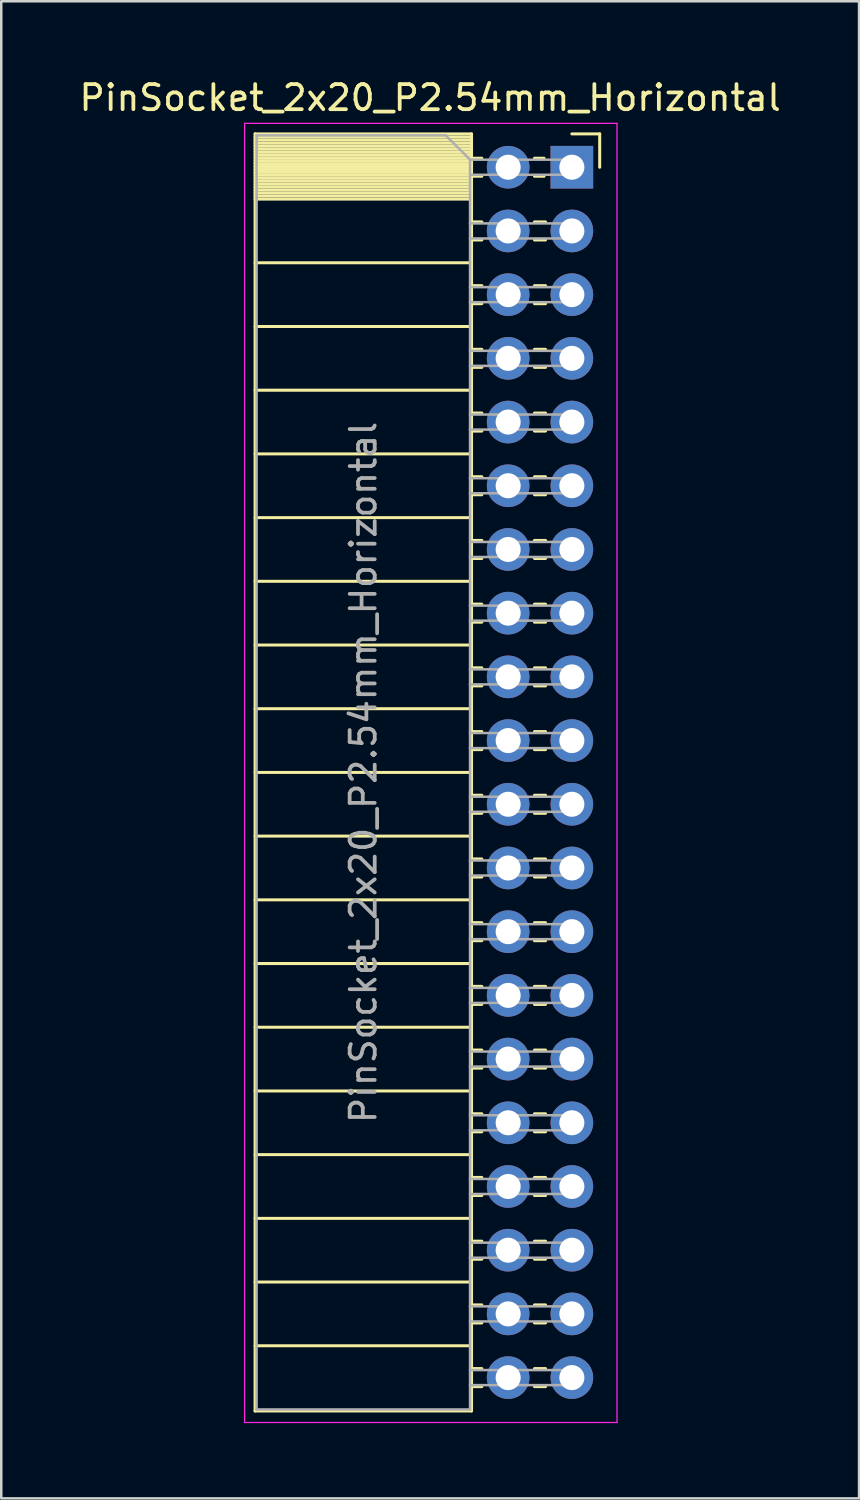
<source format=kicad_pcb>
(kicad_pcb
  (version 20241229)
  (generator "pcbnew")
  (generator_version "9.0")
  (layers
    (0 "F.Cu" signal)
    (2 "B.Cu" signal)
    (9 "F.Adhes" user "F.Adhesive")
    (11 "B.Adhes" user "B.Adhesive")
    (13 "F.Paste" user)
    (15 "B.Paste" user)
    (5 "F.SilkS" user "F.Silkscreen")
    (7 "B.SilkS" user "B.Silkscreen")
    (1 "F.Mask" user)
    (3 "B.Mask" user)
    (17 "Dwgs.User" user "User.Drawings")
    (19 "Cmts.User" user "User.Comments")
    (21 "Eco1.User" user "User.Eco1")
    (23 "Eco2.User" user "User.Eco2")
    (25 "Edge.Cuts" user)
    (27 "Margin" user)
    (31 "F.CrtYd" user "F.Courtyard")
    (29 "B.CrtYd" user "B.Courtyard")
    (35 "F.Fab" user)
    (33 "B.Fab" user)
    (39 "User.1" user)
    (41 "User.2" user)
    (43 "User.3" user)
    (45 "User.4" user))
  (footprint "PinSocket_2x20_P2.54mm_Horizontal"
    (layer "F.Cu")
    (at 19.751 3.618)
    (property "Reference" "PinSocket_2x20_P2.54mm_Horizontal" (at -5.65 -2.77 0) (layer "F.SilkS") (effects (font (size 1 1) (thickness 0.15))))
    (attr through_hole)
    (fp_line (start -12.63 -1.33) (end -12.63 49.59) (stroke (width 0.12) (type solid)) (layer "F.SilkS"))
    (fp_line (start -12.63 -1.33) (end -4 -1.33) (stroke (width 0.12) (type solid)) (layer "F.SilkS"))
    (fp_line (start -12.63 -1.21) (end -4 -1.21) (stroke (width 0.12) (type solid)) (layer "F.SilkS"))
    (fp_line (start -12.63 -1.092) (end -4 -1.092) (stroke (width 0.12) (type solid)) (layer "F.SilkS"))
    (fp_line (start -12.63 -0.974) (end -4 -0.974) (stroke (width 0.12) (type solid)) (layer "F.SilkS"))
    (fp_line (start -12.63 -0.856) (end -4 -0.856) (stroke (width 0.12) (type solid)) (layer "F.SilkS"))
    (fp_line (start -12.63 -0.738) (end -4 -0.738) (stroke (width 0.12) (type solid)) (layer "F.SilkS"))
    (fp_line (start -12.63 -0.62) (end -4 -0.62) (stroke (width 0.12) (type solid)) (layer "F.SilkS"))
    (fp_line (start -12.63 -0.501) (end -4 -0.501) (stroke (width 0.12) (type solid)) (layer "F.SilkS"))
    (fp_line (start -12.63 -0.383) (end -4 -0.383) (stroke (width 0.12) (type solid)) (layer "F.SilkS"))
    (fp_line (start -12.63 -0.265) (end -4 -0.265) (stroke (width 0.12) (type solid)) (layer "F.SilkS"))
    (fp_line (start -12.63 -0.147) (end -4 -0.147) (stroke (width 0.12) (type solid)) (layer "F.SilkS"))
    (fp_line (start -12.63 -0.029) (end -4 -0.029) (stroke (width 0.12) (type solid)) (layer "F.SilkS"))
    (fp_line (start -12.63 0.089) (end -4 0.089) (stroke (width 0.12) (type solid)) (layer "F.SilkS"))
    (fp_line (start -12.63 0.207) (end -4 0.207) (stroke (width 0.12) (type solid)) (layer "F.SilkS"))
    (fp_line (start -12.63 0.325) (end -4 0.325) (stroke (width 0.12) (type solid)) (layer "F.SilkS"))
    (fp_line (start -12.63 0.443) (end -4 0.443) (stroke (width 0.12) (type solid)) (layer "F.SilkS"))
    (fp_line (start -12.63 0.561) (end -4 0.561) (stroke (width 0.12) (type solid)) (layer "F.SilkS"))
    (fp_line (start -12.63 0.68) (end -4 0.68) (stroke (width 0.12) (type solid)) (layer "F.SilkS"))
    (fp_line (start -12.63 0.798) (end -4 0.798) (stroke (width 0.12) (type solid)) (layer "F.SilkS"))
    (fp_line (start -12.63 0.916) (end -4 0.916) (stroke (width 0.12) (type solid)) (layer "F.SilkS"))
    (fp_line (start -12.63 1.034) (end -4 1.034) (stroke (width 0.12) (type solid)) (layer "F.SilkS"))
    (fp_line (start -12.63 1.152) (end -4 1.152) (stroke (width 0.12) (type solid)) (layer "F.SilkS"))
    (fp_line (start -12.63 1.27) (end -4 1.27) (stroke (width 0.12) (type solid)) (layer "F.SilkS"))
    (fp_line (start -12.63 3.81) (end -4 3.81) (stroke (width 0.12) (type solid)) (layer "F.SilkS"))
    (fp_line (start -12.63 6.35) (end -4 6.35) (stroke (width 0.12) (type solid)) (layer "F.SilkS"))
    (fp_line (start -12.63 8.89) (end -4 8.89) (stroke (width 0.12) (type solid)) (layer "F.SilkS"))
    (fp_line (start -12.63 11.43) (end -4 11.43) (stroke (width 0.12) (type solid)) (layer "F.SilkS"))
    (fp_line (start -12.63 13.97) (end -4 13.97) (stroke (width 0.12) (type solid)) (layer "F.SilkS"))
    (fp_line (start -12.63 16.51) (end -4 16.51) (stroke (width 0.12) (type solid)) (layer "F.SilkS"))
    (fp_line (start -12.63 19.05) (end -4 19.05) (stroke (width 0.12) (type solid)) (layer "F.SilkS"))
    (fp_line (start -12.63 21.59) (end -4 21.59) (stroke (width 0.12) (type solid)) (layer "F.SilkS"))
    (fp_line (start -12.63 24.13) (end -4 24.13) (stroke (width 0.12) (type solid)) (layer "F.SilkS"))
    (fp_line (start -12.63 26.67) (end -4 26.67) (stroke (width 0.12) (type solid)) (layer "F.SilkS"))
    (fp_line (start -12.63 29.21) (end -4 29.21) (stroke (width 0.12) (type solid)) (layer "F.SilkS"))
    (fp_line (start -12.63 31.75) (end -4 31.75) (stroke (width 0.12) (type solid)) (layer "F.SilkS"))
    (fp_line (start -12.63 34.29) (end -4 34.29) (stroke (width 0.12) (type solid)) (layer "F.SilkS"))
    (fp_line (start -12.63 36.83) (end -4 36.83) (stroke (width 0.12) (type solid)) (layer "F.SilkS"))
    (fp_line (start -12.63 39.37) (end -4 39.37) (stroke (width 0.12) (type solid)) (layer "F.SilkS"))
    (fp_line (start -12.63 41.91) (end -4 41.91) (stroke (width 0.12) (type solid)) (layer "F.SilkS"))
    (fp_line (start -12.63 44.45) (end -4 44.45) (stroke (width 0.12) (type solid)) (layer "F.SilkS"))
    (fp_line (start -12.63 46.99) (end -4 46.99) (stroke (width 0.12) (type solid)) (layer "F.SilkS"))
    (fp_line (start -12.63 49.59) (end -4 49.59) (stroke (width 0.12) (type solid)) (layer "F.SilkS"))
    (fp_line (start -4 -1.33) (end -4 49.59) (stroke (width 0.12) (type solid)) (layer "F.SilkS"))
    (fp_line (start -4 -0.36) (end -3.59 -0.36) (stroke (width 0.12) (type solid)) (layer "F.SilkS"))
    (fp_line (start -4 0.36) (end -3.59 0.36) (stroke (width 0.12) (type solid)) (layer "F.SilkS"))
    (fp_line (start -4 2.18) (end -3.59 2.18) (stroke (width 0.12) (type solid)) (layer "F.SilkS"))
    (fp_line (start -4 2.9) (end -3.59 2.9) (stroke (width 0.12) (type solid)) (layer "F.SilkS"))
    (fp_line (start -4 4.72) (end -3.59 4.72) (stroke (width 0.12) (type solid)) (layer "F.SilkS"))
    (fp_line (start -4 5.44) (end -3.59 5.44) (stroke (width 0.12) (type solid)) (layer "F.SilkS"))
    (fp_line (start -4 7.26) (end -3.59 7.26) (stroke (width 0.12) (type solid)) (layer "F.SilkS"))
    (fp_line (start -4 7.98) (end -3.59 7.98) (stroke (width 0.12) (type solid)) (layer "F.SilkS"))
    (fp_line (start -4 9.8) (end -3.59 9.8) (stroke (width 0.12) (type solid)) (layer "F.SilkS"))
    (fp_line (start -4 10.52) (end -3.59 10.52) (stroke (width 0.12) (type solid)) (layer "F.SilkS"))
    (fp_line (start -4 12.34) (end -3.59 12.34) (stroke (width 0.12) (type solid)) (layer "F.SilkS"))
    (fp_line (start -4 13.06) (end -3.59 13.06) (stroke (width 0.12) (type solid)) (layer "F.SilkS"))
    (fp_line (start -4 14.88) (end -3.59 14.88) (stroke (width 0.12) (type solid)) (layer "F.SilkS"))
    (fp_line (start -4 15.6) (end -3.59 15.6) (stroke (width 0.12) (type solid)) (layer "F.SilkS"))
    (fp_line (start -4 17.42) (end -3.59 17.42) (stroke (width 0.12) (type solid)) (layer "F.SilkS"))
    (fp_line (start -4 18.14) (end -3.59 18.14) (stroke (width 0.12) (type solid)) (layer "F.SilkS"))
    (fp_line (start -4 19.96) (end -3.59 19.96) (stroke (width 0.12) (type solid)) (layer "F.SilkS"))
    (fp_line (start -4 20.68) (end -3.59 20.68) (stroke (width 0.12) (type solid)) (layer "F.SilkS"))
    (fp_line (start -4 22.5) (end -3.59 22.5) (stroke (width 0.12) (type solid)) (layer "F.SilkS"))
    (fp_line (start -4 23.22) (end -3.59 23.22) (stroke (width 0.12) (type solid)) (layer "F.SilkS"))
    (fp_line (start -4 25.04) (end -3.59 25.04) (stroke (width 0.12) (type solid)) (layer "F.SilkS"))
    (fp_line (start -4 25.76) (end -3.59 25.76) (stroke (width 0.12) (type solid)) (layer "F.SilkS"))
    (fp_line (start -4 27.58) (end -3.59 27.58) (stroke (width 0.12) (type solid)) (layer "F.SilkS"))
    (fp_line (start -4 28.3) (end -3.59 28.3) (stroke (width 0.12) (type solid)) (layer "F.SilkS"))
    (fp_line (start -4 30.12) (end -3.59 30.12) (stroke (width 0.12) (type solid)) (layer "F.SilkS"))
    (fp_line (start -4 30.84) (end -3.59 30.84) (stroke (width 0.12) (type solid)) (layer "F.SilkS"))
    (fp_line (start -4 32.66) (end -3.59 32.66) (stroke (width 0.12) (type solid)) (layer "F.SilkS"))
    (fp_line (start -4 33.38) (end -3.59 33.38) (stroke (width 0.12) (type solid)) (layer "F.SilkS"))
    (fp_line (start -4 35.2) (end -3.59 35.2) (stroke (width 0.12) (type solid)) (layer "F.SilkS"))
    (fp_line (start -4 35.92) (end -3.59 35.92) (stroke (width 0.12) (type solid)) (layer "F.SilkS"))
    (fp_line (start -4 37.74) (end -3.59 37.74) (stroke (width 0.12) (type solid)) (layer "F.SilkS"))
    (fp_line (start -4 38.46) (end -3.59 38.46) (stroke (width 0.12) (type solid)) (layer "F.SilkS"))
    (fp_line (start -4 40.28) (end -3.59 40.28) (stroke (width 0.12) (type solid)) (layer "F.SilkS"))
    (fp_line (start -4 41) (end -3.59 41) (stroke (width 0.12) (type solid)) (layer "F.SilkS"))
    (fp_line (start -4 42.82) (end -3.59 42.82) (stroke (width 0.12) (type solid)) (layer "F.SilkS"))
    (fp_line (start -4 43.54) (end -3.59 43.54) (stroke (width 0.12) (type solid)) (layer "F.SilkS"))
    (fp_line (start -4 45.36) (end -3.59 45.36) (stroke (width 0.12) (type solid)) (layer "F.SilkS"))
    (fp_line (start -4 46.08) (end -3.59 46.08) (stroke (width 0.12) (type solid)) (layer "F.SilkS"))
    (fp_line (start -4 47.9) (end -3.59 47.9) (stroke (width 0.12) (type solid)) (layer "F.SilkS"))
    (fp_line (start -4 48.62) (end -3.59 48.62) (stroke (width 0.12) (type solid)) (layer "F.SilkS"))
    (fp_line (start -1.49 -0.36) (end -1.11 -0.36) (stroke (width 0.12) (type solid)) (layer "F.SilkS"))
    (fp_line (start -1.49 0.36) (end -1.11 0.36) (stroke (width 0.12) (type solid)) (layer "F.SilkS"))
    (fp_line (start -1.49 2.18) (end -1.05 2.18) (stroke (width 0.12) (type solid)) (layer "F.SilkS"))
    (fp_line (start -1.49 2.9) (end -1.05 2.9) (stroke (width 0.12) (type solid)) (layer "F.SilkS"))
    (fp_line (start -1.49 4.72) (end -1.05 4.72) (stroke (width 0.12) (type solid)) (layer "F.SilkS"))
    (fp_line (start -1.49 5.44) (end -1.05 5.44) (stroke (width 0.12) (type solid)) (layer "F.SilkS"))
    (fp_line (start -1.49 7.26) (end -1.05 7.26) (stroke (width 0.12) (type solid)) (layer "F.SilkS"))
    (fp_line (start -1.49 7.98) (end -1.05 7.98) (stroke (width 0.12) (type solid)) (layer "F.SilkS"))
    (fp_line (start -1.49 9.8) (end -1.05 9.8) (stroke (width 0.12) (type solid)) (layer "F.SilkS"))
    (fp_line (start -1.49 10.52) (end -1.05 10.52) (stroke (width 0.12) (type solid)) (layer "F.SilkS"))
    (fp_line (start -1.49 12.34) (end -1.05 12.34) (stroke (width 0.12) (type solid)) (layer "F.SilkS"))
    (fp_line (start -1.49 13.06) (end -1.05 13.06) (stroke (width 0.12) (type solid)) (layer "F.SilkS"))
    (fp_line (start -1.49 14.88) (end -1.05 14.88) (stroke (width 0.12) (type solid)) (layer "F.SilkS"))
    (fp_line (start -1.49 15.6) (end -1.05 15.6) (stroke (width 0.12) (type solid)) (layer "F.SilkS"))
    (fp_line (start -1.49 17.42) (end -1.05 17.42) (stroke (width 0.12) (type solid)) (layer "F.SilkS"))
    (fp_line (start -1.49 18.14) (end -1.05 18.14) (stroke (width 0.12) (type solid)) (layer "F.SilkS"))
    (fp_line (start -1.49 19.96) (end -1.05 19.96) (stroke (width 0.12) (type solid)) (layer "F.SilkS"))
    (fp_line (start -1.49 20.68) (end -1.05 20.68) (stroke (width 0.12) (type solid)) (layer "F.SilkS"))
    (fp_line (start -1.49 22.5) (end -1.05 22.5) (stroke (width 0.12) (type solid)) (layer "F.SilkS"))
    (fp_line (start -1.49 23.22) (end -1.05 23.22) (stroke (width 0.12) (type solid)) (layer "F.SilkS"))
    (fp_line (start -1.49 25.04) (end -1.05 25.04) (stroke (width 0.12) (type solid)) (layer "F.SilkS"))
    (fp_line (start -1.49 25.76) (end -1.05 25.76) (stroke (width 0.12) (type solid)) (layer "F.SilkS"))
    (fp_line (start -1.49 27.58) (end -1.05 27.58) (stroke (width 0.12) (type solid)) (layer "F.SilkS"))
    (fp_line (start -1.49 28.3) (end -1.05 28.3) (stroke (width 0.12) (type solid)) (layer "F.SilkS"))
    (fp_line (start -1.49 30.12) (end -1.05 30.12) (stroke (width 0.12) (type solid)) (layer "F.SilkS"))
    (fp_line (start -1.49 30.84) (end -1.05 30.84) (stroke (width 0.12) (type solid)) (layer "F.SilkS"))
    (fp_line (start -1.49 32.66) (end -1.05 32.66) (stroke (width 0.12) (type solid)) (layer "F.SilkS"))
    (fp_line (start -1.49 33.38) (end -1.05 33.38) (stroke (width 0.12) (type solid)) (layer "F.SilkS"))
    (fp_line (start -1.49 35.2) (end -1.05 35.2) (stroke (width 0.12) (type solid)) (layer "F.SilkS"))
    (fp_line (start -1.49 35.92) (end -1.05 35.92) (stroke (width 0.12) (type solid)) (layer "F.SilkS"))
    (fp_line (start -1.49 37.74) (end -1.05 37.74) (stroke (width 0.12) (type solid)) (layer "F.SilkS"))
    (fp_line (start -1.49 38.46) (end -1.05 38.46) (stroke (width 0.12) (type solid)) (layer "F.SilkS"))
    (fp_line (start -1.49 40.28) (end -1.05 40.28) (stroke (width 0.12) (type solid)) (layer "F.SilkS"))
    (fp_line (start -1.49 41) (end -1.05 41) (stroke (width 0.12) (type solid)) (layer "F.SilkS"))
    (fp_line (start -1.49 42.82) (end -1.05 42.82) (stroke (width 0.12) (type solid)) (layer "F.SilkS"))
    (fp_line (start -1.49 43.54) (end -1.05 43.54) (stroke (width 0.12) (type solid)) (layer "F.SilkS"))
    (fp_line (start -1.49 45.36) (end -1.05 45.36) (stroke (width 0.12) (type solid)) (layer "F.SilkS"))
    (fp_line (start -1.49 46.08) (end -1.05 46.08) (stroke (width 0.12) (type solid)) (layer "F.SilkS"))
    (fp_line (start -1.49 47.9) (end -1.05 47.9) (stroke (width 0.12) (type solid)) (layer "F.SilkS"))
    (fp_line (start -1.49 48.62) (end -1.05 48.62) (stroke (width 0.12) (type solid)) (layer "F.SilkS"))
    (fp_line (start 0 -1.33) (end 1.11 -1.33) (stroke (width 0.12) (type solid)) (layer "F.SilkS"))
    (fp_line (start 1.11 -1.33) (end 1.11 0) (stroke (width 0.12) (type solid)) (layer "F.SilkS"))
    (fp_line (start -13.05 -1.75) (end -13.05 50.05) (stroke (width 0.05) (type solid)) (layer "F.CrtYd"))
    (fp_line (start -13.05 50.05) (end 1.8 50.05) (stroke (width 0.05) (type solid)) (layer "F.CrtYd"))
    (fp_line (start 1.8 -1.75) (end -13.05 -1.75) (stroke (width 0.05) (type solid)) (layer "F.CrtYd"))
    (fp_line (start 1.8 50.05) (end 1.8 -1.75) (stroke (width 0.05) (type solid)) (layer "F.CrtYd"))
    (fp_line (start -12.57 -1.27) (end -5.03 -1.27) (stroke (width 0.1) (type solid)) (layer "F.Fab"))
    (fp_line (start -12.57 49.53) (end -12.57 -1.27) (stroke (width 0.1) (type solid)) (layer "F.Fab"))
    (fp_line (start -5.03 -1.27) (end -4.06 -0.3) (stroke (width 0.1) (type solid)) (layer "F.Fab"))
    (fp_line (start -4.06 -0.3) (end -4.06 49.53) (stroke (width 0.1) (type solid)) (layer "F.Fab"))
    (fp_line (start -4.06 0.3) (end 0 0.3) (stroke (width 0.1) (type solid)) (layer "F.Fab"))
    (fp_line (start -4.06 2.84) (end 0 2.84) (stroke (width 0.1) (type solid)) (layer "F.Fab"))
    (fp_line (start -4.06 5.38) (end 0 5.38) (stroke (width 0.1) (type solid)) (layer "F.Fab"))
    (fp_line (start -4.06 7.92) (end 0 7.92) (stroke (width 0.1) (type solid)) (layer "F.Fab"))
    (fp_line (start -4.06 10.46) (end 0 10.46) (stroke (width 0.1) (type solid)) (layer "F.Fab"))
    (fp_line (start -4.06 13) (end 0 13) (stroke (width 0.1) (type solid)) (layer "F.Fab"))
    (fp_line (start -4.06 15.54) (end 0 15.54) (stroke (width 0.1) (type solid)) (layer "F.Fab"))
    (fp_line (start -4.06 18.08) (end 0 18.08) (stroke (width 0.1) (type solid)) (layer "F.Fab"))
    (fp_line (start -4.06 20.62) (end 0 20.62) (stroke (width 0.1) (type solid)) (layer "F.Fab"))
    (fp_line (start -4.06 23.16) (end 0 23.16) (stroke (width 0.1) (type solid)) (layer "F.Fab"))
    (fp_line (start -4.06 25.7) (end 0 25.7) (stroke (width 0.1) (type solid)) (layer "F.Fab"))
    (fp_line (start -4.06 28.24) (end 0 28.24) (stroke (width 0.1) (type solid)) (layer "F.Fab"))
    (fp_line (start -4.06 30.78) (end 0 30.78) (stroke (width 0.1) (type solid)) (layer "F.Fab"))
    (fp_line (start -4.06 33.32) (end 0 33.32) (stroke (width 0.1) (type solid)) (layer "F.Fab"))
    (fp_line (start -4.06 35.86) (end 0 35.86) (stroke (width 0.1) (type solid)) (layer "F.Fab"))
    (fp_line (start -4.06 38.4) (end 0 38.4) (stroke (width 0.1) (type solid)) (layer "F.Fab"))
    (fp_line (start -4.06 40.94) (end 0 40.94) (stroke (width 0.1) (type solid)) (layer "F.Fab"))
    (fp_line (start -4.06 43.48) (end 0 43.48) (stroke (width 0.1) (type solid)) (layer "F.Fab"))
    (fp_line (start -4.06 46.02) (end 0 46.02) (stroke (width 0.1) (type solid)) (layer "F.Fab"))
    (fp_line (start -4.06 48.56) (end 0 48.56) (stroke (width 0.1) (type solid)) (layer "F.Fab"))
    (fp_line (start -4.06 49.53) (end -12.57 49.53) (stroke (width 0.1) (type solid)) (layer "F.Fab"))
    (fp_line (start 0 -0.3) (end -4.06 -0.3) (stroke (width 0.1) (type solid)) (layer "F.Fab"))
    (fp_line (start 0 0.3) (end 0 -0.3) (stroke (width 0.1) (type solid)) (layer "F.Fab"))
    (fp_line (start 0 2.24) (end -4.06 2.24) (stroke (width 0.1) (type solid)) (layer "F.Fab"))
    (fp_line (start 0 2.84) (end 0 2.24) (stroke (width 0.1) (type solid)) (layer "F.Fab"))
    (fp_line (start 0 4.78) (end -4.06 4.78) (stroke (width 0.1) (type solid)) (layer "F.Fab"))
    (fp_line (start 0 5.38) (end 0 4.78) (stroke (width 0.1) (type solid)) (layer "F.Fab"))
    (fp_line (start 0 7.32) (end -4.06 7.32) (stroke (width 0.1) (type solid)) (layer "F.Fab"))
    (fp_line (start 0 7.92) (end 0 7.32) (stroke (width 0.1) (type solid)) (layer "F.Fab"))
    (fp_line (start 0 9.86) (end -4.06 9.86) (stroke (width 0.1) (type solid)) (layer "F.Fab"))
    (fp_line (start 0 10.46) (end 0 9.86) (stroke (width 0.1) (type solid)) (layer "F.Fab"))
    (fp_line (start 0 12.4) (end -4.06 12.4) (stroke (width 0.1) (type solid)) (layer "F.Fab"))
    (fp_line (start 0 13) (end 0 12.4) (stroke (width 0.1) (type solid)) (layer "F.Fab"))
    (fp_line (start 0 14.94) (end -4.06 14.94) (stroke (width 0.1) (type solid)) (layer "F.Fab"))
    (fp_line (start 0 15.54) (end 0 14.94) (stroke (width 0.1) (type solid)) (layer "F.Fab"))
    (fp_line (start 0 17.48) (end -4.06 17.48) (stroke (width 0.1) (type solid)) (layer "F.Fab"))
    (fp_line (start 0 18.08) (end 0 17.48) (stroke (width 0.1) (type solid)) (layer "F.Fab"))
    (fp_line (start 0 20.02) (end -4.06 20.02) (stroke (width 0.1) (type solid)) (layer "F.Fab"))
    (fp_line (start 0 20.62) (end 0 20.02) (stroke (width 0.1) (type solid)) (layer "F.Fab"))
    (fp_line (start 0 22.56) (end -4.06 22.56) (stroke (width 0.1) (type solid)) (layer "F.Fab"))
    (fp_line (start 0 23.16) (end 0 22.56) (stroke (width 0.1) (type solid)) (layer "F.Fab"))
    (fp_line (start 0 25.1) (end -4.06 25.1) (stroke (width 0.1) (type solid)) (layer "F.Fab"))
    (fp_line (start 0 25.7) (end 0 25.1) (stroke (width 0.1) (type solid)) (layer "F.Fab"))
    (fp_line (start 0 27.64) (end -4.06 27.64) (stroke (width 0.1) (type solid)) (layer "F.Fab"))
    (fp_line (start 0 28.24) (end 0 27.64) (stroke (width 0.1) (type solid)) (layer "F.Fab"))
    (fp_line (start 0 30.18) (end -4.06 30.18) (stroke (width 0.1) (type solid)) (layer "F.Fab"))
    (fp_line (start 0 30.78) (end 0 30.18) (stroke (width 0.1) (type solid)) (layer "F.Fab"))
    (fp_line (start 0 32.72) (end -4.06 32.72) (stroke (width 0.1) (type solid)) (layer "F.Fab"))
    (fp_line (start 0 33.32) (end 0 32.72) (stroke (width 0.1) (type solid)) (layer "F.Fab"))
    (fp_line (start 0 35.26) (end -4.06 35.26) (stroke (width 0.1) (type solid)) (layer "F.Fab"))
    (fp_line (start 0 35.86) (end 0 35.26) (stroke (width 0.1) (type solid)) (layer "F.Fab"))
    (fp_line (start 0 37.8) (end -4.06 37.8) (stroke (width 0.1) (type solid)) (layer "F.Fab"))
    (fp_line (start 0 38.4) (end 0 37.8) (stroke (width 0.1) (type solid)) (layer "F.Fab"))
    (fp_line (start 0 40.34) (end -4.06 40.34) (stroke (width 0.1) (type solid)) (layer "F.Fab"))
    (fp_line (start 0 40.94) (end 0 40.34) (stroke (width 0.1) (type solid)) (layer "F.Fab"))
    (fp_line (start 0 42.88) (end -4.06 42.88) (stroke (width 0.1) (type solid)) (layer "F.Fab"))
    (fp_line (start 0 43.48) (end 0 42.88) (stroke (width 0.1) (type solid)) (layer "F.Fab"))
    (fp_line (start 0 45.42) (end -4.06 45.42) (stroke (width 0.1) (type solid)) (layer "F.Fab"))
    (fp_line (start 0 46.02) (end 0 45.42) (stroke (width 0.1) (type solid)) (layer "F.Fab"))
    (fp_line (start 0 47.96) (end -4.06 47.96) (stroke (width 0.1) (type solid)) (layer "F.Fab"))
    (fp_line (start 0 48.56) (end 0 47.96) (stroke (width 0.1) (type solid)) (layer "F.Fab"))
    (fp_text user "${REFERENCE}" (at -8.315 24.13 90) (layer "F.Fab") (effects (font (size 1 1) (thickness 0.15))))
    (pad "1" thru_hole rect (at 0 0) (size 1.7 1.7) (drill 1) (layers "*.Cu" "*.Mask"))
    (pad "2" thru_hole oval (at -2.54 0) (size 1.7 1.7) (drill 1) (layers "*.Cu" "*.Mask"))
    (pad "3" thru_hole oval (at 0 2.54) (size 1.7 1.7) (drill 1) (layers "*.Cu" "*.Mask"))
    (pad "4" thru_hole oval (at -2.54 2.54) (size 1.7 1.7) (drill 1) (layers "*.Cu" "*.Mask"))
    (pad "5" thru_hole oval (at 0 5.08) (size 1.7 1.7) (drill 1) (layers "*.Cu" "*.Mask"))
    (pad "6" thru_hole oval (at -2.54 5.08) (size 1.7 1.7) (drill 1) (layers "*.Cu" "*.Mask"))
    (pad "7" thru_hole oval (at 0 7.62) (size 1.7 1.7) (drill 1) (layers "*.Cu" "*.Mask"))
    (pad "8" thru_hole oval (at -2.54 7.62) (size 1.7 1.7) (drill 1) (layers "*.Cu" "*.Mask"))
    (pad "9" thru_hole oval (at 0 10.16) (size 1.7 1.7) (drill 1) (layers "*.Cu" "*.Mask"))
    (pad "10" thru_hole oval (at -2.54 10.16) (size 1.7 1.7) (drill 1) (layers "*.Cu" "*.Mask"))
    (pad "11" thru_hole oval (at 0 12.7) (size 1.7 1.7) (drill 1) (layers "*.Cu" "*.Mask"))
    (pad "12" thru_hole oval (at -2.54 12.7) (size 1.7 1.7) (drill 1) (layers "*.Cu" "*.Mask"))
    (pad "13" thru_hole oval (at 0 15.24) (size 1.7 1.7) (drill 1) (layers "*.Cu" "*.Mask"))
    (pad "14" thru_hole oval (at -2.54 15.24) (size 1.7 1.7) (drill 1) (layers "*.Cu" "*.Mask"))
    (pad "15" thru_hole oval (at 0 17.78) (size 1.7 1.7) (drill 1) (layers "*.Cu" "*.Mask"))
    (pad "16" thru_hole oval (at -2.54 17.78) (size 1.7 1.7) (drill 1) (layers "*.Cu" "*.Mask"))
    (pad "17" thru_hole oval (at 0 20.32) (size 1.7 1.7) (drill 1) (layers "*.Cu" "*.Mask"))
    (pad "18" thru_hole oval (at -2.54 20.32) (size 1.7 1.7) (drill 1) (layers "*.Cu" "*.Mask"))
    (pad "19" thru_hole oval (at 0 22.86) (size 1.7 1.7) (drill 1) (layers "*.Cu" "*.Mask"))
    (pad "20" thru_hole oval (at -2.54 22.86) (size 1.7 1.7) (drill 1) (layers "*.Cu" "*.Mask"))
    (pad "21" thru_hole oval (at 0 25.4) (size 1.7 1.7) (drill 1) (layers "*.Cu" "*.Mask"))
    (pad "22" thru_hole oval (at -2.54 25.4) (size 1.7 1.7) (drill 1) (layers "*.Cu" "*.Mask"))
    (pad "23" thru_hole oval (at 0 27.94) (size 1.7 1.7) (drill 1) (layers "*.Cu" "*.Mask"))
    (pad "24" thru_hole oval (at -2.54 27.94) (size 1.7 1.7) (drill 1) (layers "*.Cu" "*.Mask"))
    (pad "25" thru_hole oval (at 0 30.48) (size 1.7 1.7) (drill 1) (layers "*.Cu" "*.Mask"))
    (pad "26" thru_hole oval (at -2.54 30.48) (size 1.7 1.7) (drill 1) (layers "*.Cu" "*.Mask"))
    (pad "27" thru_hole oval (at 0 33.02) (size 1.7 1.7) (drill 1) (layers "*.Cu" "*.Mask"))
    (pad "28" thru_hole oval (at -2.54 33.02) (size 1.7 1.7) (drill 1) (layers "*.Cu" "*.Mask"))
    (pad "29" thru_hole oval (at 0 35.56) (size 1.7 1.7) (drill 1) (layers "*.Cu" "*.Mask"))
    (pad "30" thru_hole oval (at -2.54 35.56) (size 1.7 1.7) (drill 1) (layers "*.Cu" "*.Mask"))
    (pad "31" thru_hole oval (at 0 38.1) (size 1.7 1.7) (drill 1) (layers "*.Cu" "*.Mask"))
    (pad "32" thru_hole oval (at -2.54 38.1) (size 1.7 1.7) (drill 1) (layers "*.Cu" "*.Mask"))
    (pad "33" thru_hole oval (at 0 40.64) (size 1.7 1.7) (drill 1) (layers "*.Cu" "*.Mask"))
    (pad "34" thru_hole oval (at -2.54 40.64) (size 1.7 1.7) (drill 1) (layers "*.Cu" "*.Mask"))
    (pad "35" thru_hole oval (at 0 43.18) (size 1.7 1.7) (drill 1) (layers "*.Cu" "*.Mask"))
    (pad "36" thru_hole oval (at -2.54 43.18) (size 1.7 1.7) (drill 1) (layers "*.Cu" "*.Mask"))
    (pad "37" thru_hole oval (at 0 45.72) (size 1.7 1.7) (drill 1) (layers "*.Cu" "*.Mask"))
    (pad "38" thru_hole oval (at -2.54 45.72) (size 1.7 1.7) (drill 1) (layers "*.Cu" "*.Mask"))
    (pad "39" thru_hole oval (at 0 48.26) (size 1.7 1.7) (drill 1) (layers "*.Cu" "*.Mask"))
    (pad "40" thru_hole oval (at -2.54 48.26) (size 1.7 1.7) (drill 1) (layers "*.Cu" "*.Mask")))
  (gr_rect
    (start -3 -3)
    (end 31.202 56.693)
    (stroke (width 0.1) (type default))
    (fill no)
    (layer "Edge.Cuts")))
</source>
